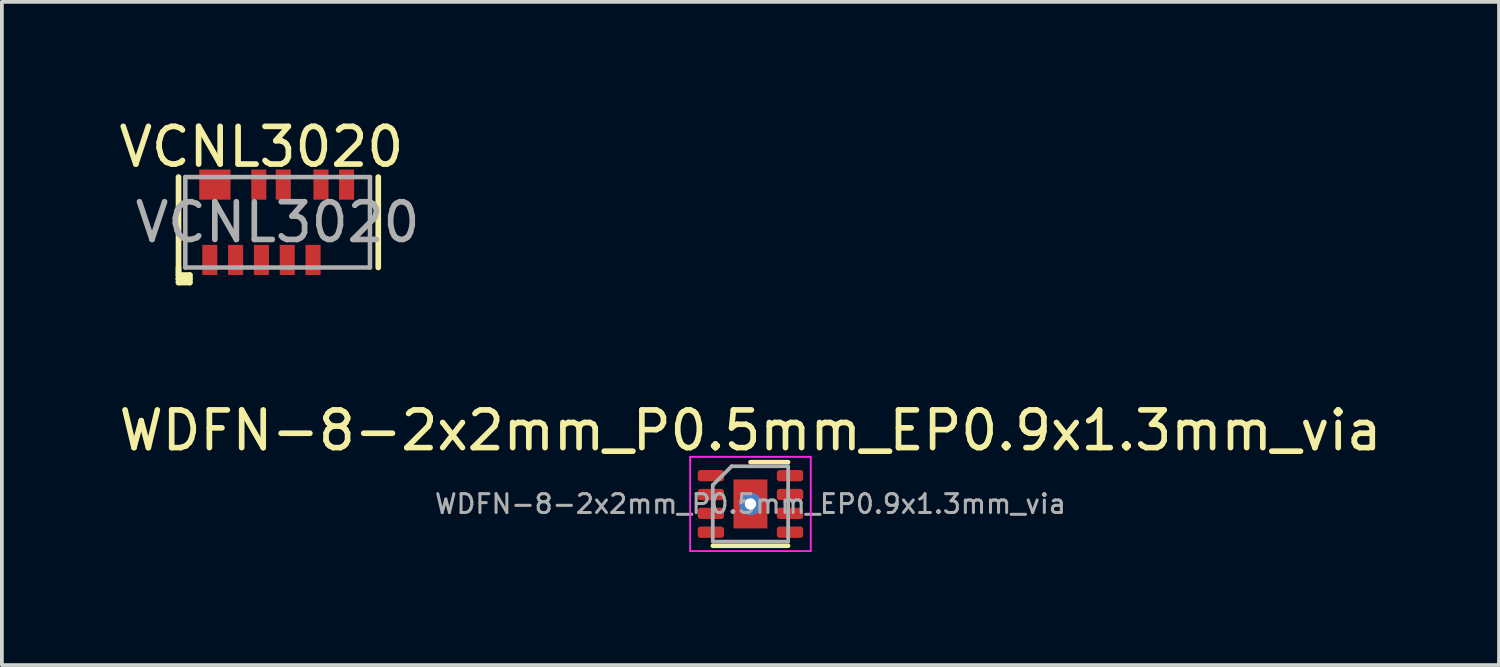
<source format=kicad_pcb>
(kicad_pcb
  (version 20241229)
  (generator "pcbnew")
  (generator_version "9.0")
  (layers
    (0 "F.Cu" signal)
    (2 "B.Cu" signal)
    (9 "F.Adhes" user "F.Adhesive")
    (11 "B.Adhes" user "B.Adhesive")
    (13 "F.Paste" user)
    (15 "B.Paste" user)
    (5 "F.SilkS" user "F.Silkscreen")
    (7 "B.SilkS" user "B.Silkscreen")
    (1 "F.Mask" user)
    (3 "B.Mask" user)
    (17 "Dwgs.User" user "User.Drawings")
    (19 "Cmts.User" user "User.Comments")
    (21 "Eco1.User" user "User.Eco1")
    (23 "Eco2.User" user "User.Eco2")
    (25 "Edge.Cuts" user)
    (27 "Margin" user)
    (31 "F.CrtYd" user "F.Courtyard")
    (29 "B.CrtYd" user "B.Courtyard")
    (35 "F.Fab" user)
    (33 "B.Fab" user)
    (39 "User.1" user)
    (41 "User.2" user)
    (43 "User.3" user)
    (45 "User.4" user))
  (footprint "WDFN-8-2x2mm_P0.5mm_EP0.9x1.3mm_via"
    (layer "F.Cu")
    (at 16.863 10.322)
    (property "Reference" "WDFN-8-2x2mm_P0.5mm_EP0.9x1.3mm_via" (at 0 -1.95 0) (layer "F.SilkS") (effects (font (size 1 1) (thickness 0.15))))
    (attr smd)
    (fp_line (start -1 1.11) (end 1 1.11) (stroke (width 0.12) (type solid)) (layer "F.SilkS"))
    (fp_line (start 0 -1.11) (end 1 -1.11) (stroke (width 0.12) (type solid)) (layer "F.SilkS"))
    (fp_line (start -1.6 -1.25) (end -1.6 1.25) (stroke (width 0.05) (type solid)) (layer "F.CrtYd"))
    (fp_line (start -1.6 1.25) (end 1.6 1.25) (stroke (width 0.05) (type solid)) (layer "F.CrtYd"))
    (fp_line (start 1.6 -1.25) (end -1.6 -1.25) (stroke (width 0.05) (type solid)) (layer "F.CrtYd"))
    (fp_line (start 1.6 1.25) (end 1.6 -1.25) (stroke (width 0.05) (type solid)) (layer "F.CrtYd"))
    (fp_line (start -1 -0.5) (end -0.5 -1) (stroke (width 0.1) (type solid)) (layer "F.Fab"))
    (fp_line (start -1 1) (end -1 -0.5) (stroke (width 0.1) (type solid)) (layer "F.Fab"))
    (fp_line (start -0.5 -1) (end 1 -1) (stroke (width 0.1) (type solid)) (layer "F.Fab"))
    (fp_line (start 1 -1) (end 1 1) (stroke (width 0.1) (type solid)) (layer "F.Fab"))
    (fp_line (start 1 1) (end -1 1) (stroke (width 0.1) (type solid)) (layer "F.Fab"))
    (fp_text user "${REFERENCE}" (at 0 0 0) (layer "F.Fab") (effects (font (size 0.5 0.5) (thickness 0.08))))
    (pad "" smd roundrect (at -0.225 -0.325) (size 0.36 0.52) (layers "F.Paste") (roundrect_rratio 0.25))
    (pad "" smd roundrect (at -0.225 0.325) (size 0.36 0.52) (layers "F.Paste") (roundrect_rratio 0.25))
    (pad "" smd roundrect (at 0.225 -0.325) (size 0.36 0.52) (layers "F.Paste") (roundrect_rratio 0.25))
    (pad "" smd roundrect (at 0.225 0.325) (size 0.36 0.52) (layers "F.Paste") (roundrect_rratio 0.25))
    (pad "1" smd roundrect (at -1.05 -0.75) (size 0.7 0.3) (layers "F.Cu" "F.Mask" "F.Paste") (roundrect_rratio 0.25))
    (pad "2" smd roundrect (at -1.05 -0.25) (size 0.7 0.3) (layers "F.Cu" "F.Mask" "F.Paste") (roundrect_rratio 0.25))
    (pad "3" smd roundrect (at -1.05 0.25) (size 0.7 0.3) (layers "F.Cu" "F.Mask" "F.Paste") (roundrect_rratio 0.25))
    (pad "4" smd roundrect (at -1.05 0.75) (size 0.7 0.3) (layers "F.Cu" "F.Mask" "F.Paste") (roundrect_rratio 0.25))
    (pad "5" smd roundrect (at 1.05 0.75) (size 0.7 0.3) (layers "F.Cu" "F.Mask" "F.Paste") (roundrect_rratio 0.25))
    (pad "6" smd roundrect (at 1.05 0.25) (size 0.7 0.3) (layers "F.Cu" "F.Mask" "F.Paste") (roundrect_rratio 0.25))
    (pad "7" smd roundrect (at 1.05 -0.25) (size 0.7 0.3) (layers "F.Cu" "F.Mask" "F.Paste") (roundrect_rratio 0.25))
    (pad "8" smd roundrect (at 1.05 -0.75) (size 0.7 0.3) (layers "F.Cu" "F.Mask" "F.Paste") (roundrect_rratio 0.25))
    (pad "9" smd rect (at 0 0) (size 0.9 1.3) (layers "F.Cu" "F.Mask"))
    (pad "10" thru_hole circle (at 0 0) (size 0.6 0.6) (drill 0.3) (layers "*.Cu" "*.Mask")))
  (footprint "VCNL3020"
    (layer "F.Cu")
    (at 4.317 2.848)
    (property "Reference" "VCNL3020" (at -0.43 -2 0) (layer "F.SilkS") (effects (font (size 1 1) (thickness 0.15))))
    (attr through_hole)
    (fp_line (start -2.63 -1.2) (end -2.63 1.4) (stroke (width 0.15) (type solid)) (layer "F.SilkS"))
    (fp_line (start -2.63 1.4) (end -2.33 1.4) (stroke (width 0.15) (type solid)) (layer "F.SilkS"))
    (fp_line (start -2.63 1.5) (end -2.63 1.2) (stroke (width 0.15) (type solid)) (layer "F.SilkS"))
    (fp_line (start -2.63 1.6) (end -2.63 1.5) (stroke (width 0.15) (type solid)) (layer "F.SilkS"))
    (fp_line (start -2.33 1.4) (end -2.33 1.6) (stroke (width 0.15) (type solid)) (layer "F.SilkS"))
    (fp_line (start -2.33 1.5) (end -2.63 1.5) (stroke (width 0.15) (type solid)) (layer "F.SilkS"))
    (fp_line (start -2.33 1.6) (end -2.63 1.6) (stroke (width 0.15) (type solid)) (layer "F.SilkS"))
    (fp_line (start 2.67 -1.2) (end 2.67 1.2) (stroke (width 0.15) (type solid)) (layer "F.SilkS"))
    (fp_line (start -2.45 -1.2) (end -2.45 1.2) (stroke (width 0.12) (type solid)) (layer "F.Fab"))
    (fp_line (start -2.45 -1.2) (end 2.45 -1.2) (stroke (width 0.12) (type solid)) (layer "F.Fab"))
    (fp_line (start -2.45 1.2) (end 2.45 1.2) (stroke (width 0.12) (type solid)) (layer "F.Fab"))
    (fp_line (start 2.45 -1.2) (end 2.45 1.2) (stroke (width 0.12) (type solid)) (layer "F.Fab"))
    (fp_text user "${REFERENCE}" (at 0 0 0) (layer "F.Fab") (effects (font (size 1 1) (thickness 0.15))))
    (pad "1" smd rect (at -1.8 1) (size 0.4 0.8) (layers "F.Cu" "F.Mask" "F.Paste"))
    (pad "2" smd rect (at -1.115 1) (size 0.4 0.8) (layers "F.Cu" "F.Mask" "F.Paste"))
    (pad "3" smd rect (at -0.43 1) (size 0.4 0.8) (layers "F.Cu" "F.Mask" "F.Paste"))
    (pad "4" smd rect (at 0.255 1) (size 0.4 0.8) (layers "F.Cu" "F.Mask" "F.Paste"))
    (pad "5" smd rect (at 0.94 1) (size 0.4 0.8) (layers "F.Cu" "F.Mask" "F.Paste"))
    (pad "6" smd rect (at 1.83 -1) (size 0.4 0.8) (layers "F.Cu" "F.Mask" "F.Paste"))
    (pad "7" smd rect (at 1.15 -1) (size 0.4 0.8) (layers "F.Cu" "F.Mask" "F.Paste"))
    (pad "8" smd rect (at 0.15 -1) (size 0.4 0.8) (layers "F.Cu" "F.Mask" "F.Paste"))
    (pad "9" smd rect (at -0.5 -1) (size 0.4 0.8) (layers "F.Cu" "F.Mask" "F.Paste"))
    (pad "10" smd rect (at -1.665 -1) (size 0.83 0.8) (layers "F.Cu" "F.Mask" "F.Paste")))
  (gr_rect
    (start -3 -3)
    (end 36.726 14.597)
    (stroke (width 0.1) (type default))
    (fill no)
    (layer "Edge.Cuts")))
</source>
